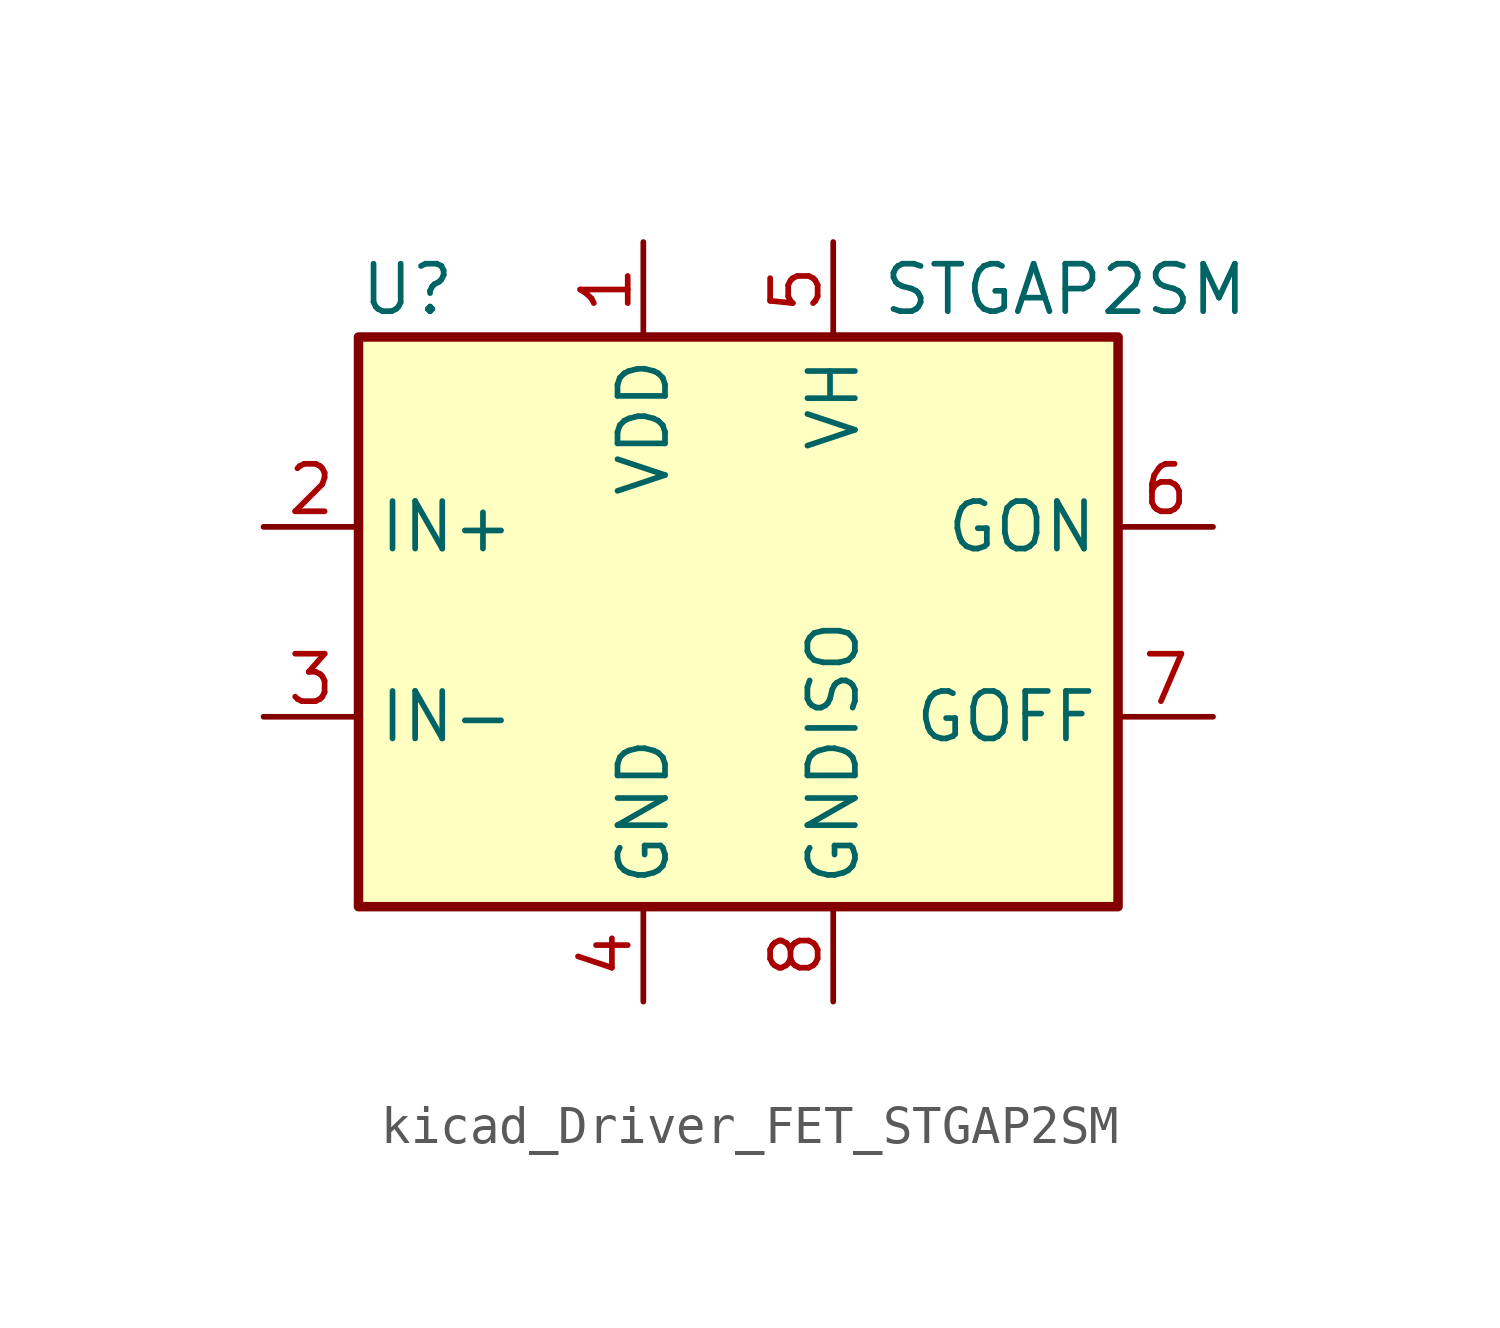
<source format=kicad_sym>
(kicad_symbol_lib
  (version 20220914)
  (generator kicad_symbol_editor)
  (symbol "kicad_Driver_FET_STGAP2SM"
    (property "Reference" "U"
      (at -10.16 8.89 0)
      (effects (font (size 1.27 1.27)) (justify left)))
    (property "Value" "STGAP2SM"
      (at 3.81 8.89 0)
      (effects (font (size 1.27 1.27)) (justify left)))
    (symbol "kicad_Driver_FET_STGAP2SM_0_1"
      (rectangle (start -10.16 -7.62) (end 10.16 7.62) (stroke (width 0.254) (type default)) (fill (type background))))
    (symbol "kicad_Driver_FET_STGAP2SM_1_1"
      (pin power_in line (at -2.54 10.16 270) (length 2.54) (name "VDD" (effects (font (size 1.27 1.27)))) (number "1" (effects (font (size 1.27 1.27)))))
      (pin input line (at -12.7 2.54 0) (length 2.54) (name "IN+" (effects (font (size 1.27 1.27)))) (number "2" (effects (font (size 1.27 1.27)))))
      (pin input line (at -12.7 -2.54 0) (length 2.54) (name "IN-" (effects (font (size 1.27 1.27)))) (number "3" (effects (font (size 1.27 1.27)))))
      (pin power_in line (at -2.54 -10.16 90) (length 2.54) (name "GND" (effects (font (size 1.27 1.27)))) (number "4" (effects (font (size 1.27 1.27)))))
      (pin power_in line (at 2.54 10.16 270) (length 2.54) (name "VH" (effects (font (size 1.27 1.27)))) (number "5" (effects (font (size 1.27 1.27)))))
      (pin output line (at 12.7 2.54 180) (length 2.54) (name "GON" (effects (font (size 1.27 1.27)))) (number "6" (effects (font (size 1.27 1.27)))))
      (pin output line (at 12.7 -2.54 180) (length 2.54) (name "GOFF" (effects (font (size 1.27 1.27)))) (number "7" (effects (font (size 1.27 1.27)))))
      (pin power_in line (at 2.54 -10.16 90) (length 2.54) (name "GNDISO" (effects (font (size 1.27 1.27)))) (number "8" (effects (font (size 1.27 1.27))))))))
</source>
